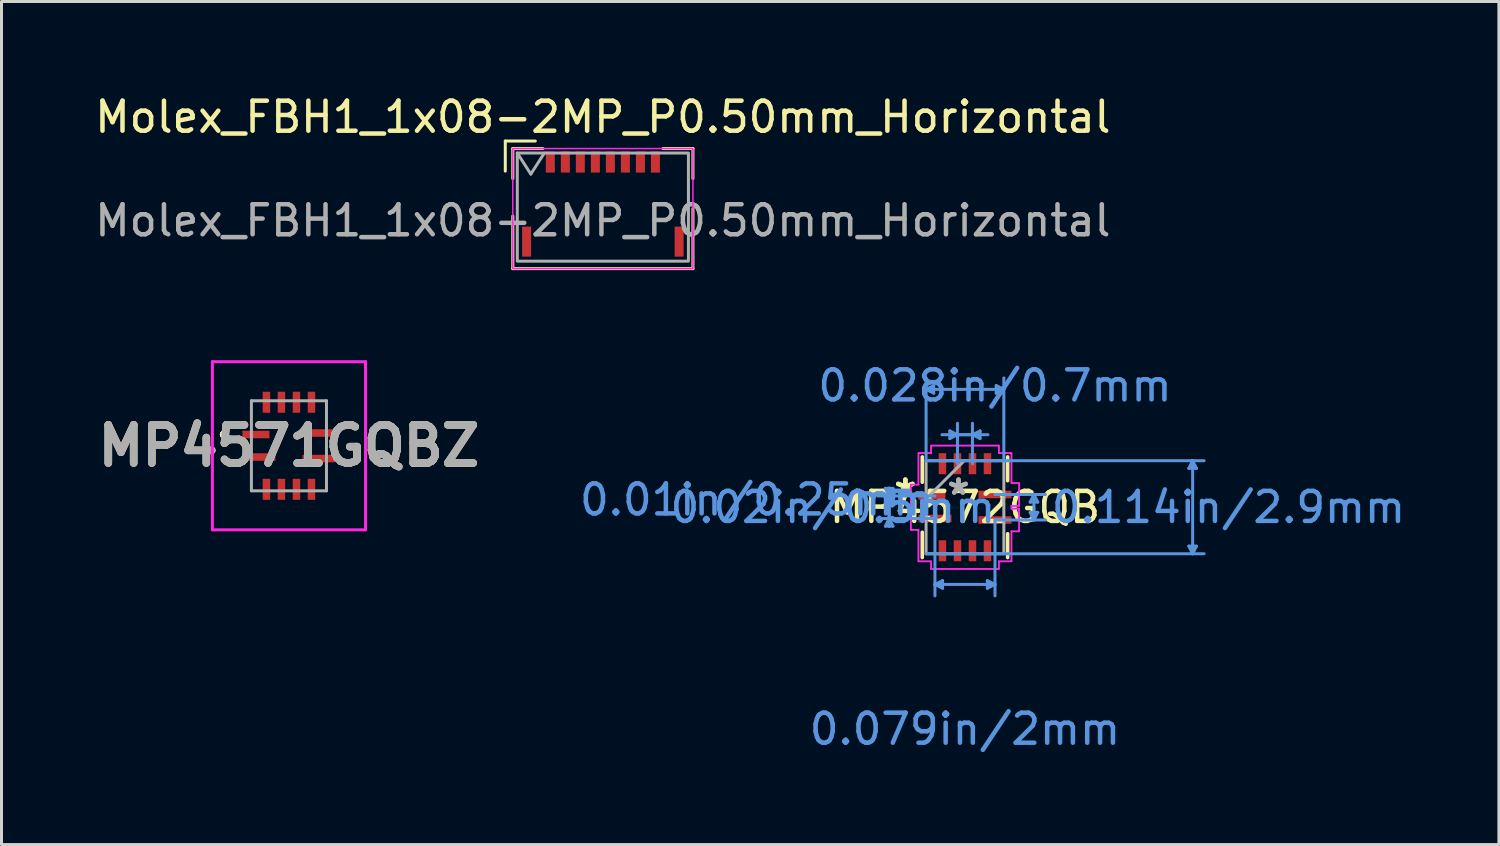
<source format=kicad_pcb>
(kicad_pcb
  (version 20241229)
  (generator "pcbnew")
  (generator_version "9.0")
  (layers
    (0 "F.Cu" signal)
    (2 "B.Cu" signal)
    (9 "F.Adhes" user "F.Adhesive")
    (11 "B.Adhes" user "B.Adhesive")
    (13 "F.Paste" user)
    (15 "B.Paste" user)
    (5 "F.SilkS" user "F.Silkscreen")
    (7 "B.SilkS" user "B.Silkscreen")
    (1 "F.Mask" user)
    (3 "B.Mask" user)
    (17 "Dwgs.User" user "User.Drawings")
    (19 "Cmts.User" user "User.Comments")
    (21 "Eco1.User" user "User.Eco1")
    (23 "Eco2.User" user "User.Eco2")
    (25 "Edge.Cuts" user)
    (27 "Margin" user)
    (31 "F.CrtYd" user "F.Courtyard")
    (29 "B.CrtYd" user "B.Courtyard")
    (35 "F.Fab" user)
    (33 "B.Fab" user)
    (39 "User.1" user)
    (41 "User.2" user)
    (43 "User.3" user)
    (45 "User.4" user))
  (footprint "MP4571GQBZ"
    (layer "F.Cu")
    (at 6.574 11.798)
    (property "Reference" "MP4571GQBZ" (at 0 0 0) (layer "F.SilkS") (effects (font (size 1.27 1.27) (thickness 0.254))))
    (attr smd)
    (fp_line (start -2.2 -0.375) (end -2.2 -0.375) (stroke (width 0.2) (type solid)) (layer "F.SilkS"))
    (fp_line (start -2.2 -0.375) (end -2.2 -0.375) (stroke (width 0.2) (type solid)) (layer "F.SilkS"))
    (fp_line (start -2.1 -0.375) (end -2.1 -0.375) (stroke (width 0.2) (type solid)) (layer "F.SilkS"))
    (fp_arc (start -2.2 -0.375) (mid -2.15 -0.425) (end -2.1 -0.375) (stroke (width 0.2) (type solid)) (layer "F.SilkS"))
    (fp_arc (start -2.1 -0.375) (mid -2.15 -0.325) (end -2.2 -0.375) (stroke (width 0.2) (type solid)) (layer "F.SilkS"))
    (fp_arc (start -2.1 -0.375) (mid -2.15 -0.325) (end -2.2 -0.375) (stroke (width 0.2) (type solid)) (layer "F.SilkS"))
    (fp_line (start -2.55 -2.8) (end 2.55 -2.8) (stroke (width 0.1) (type solid)) (layer "F.CrtYd"))
    (fp_line (start -2.55 2.8) (end -2.55 -2.8) (stroke (width 0.1) (type solid)) (layer "F.CrtYd"))
    (fp_line (start 2.55 -2.8) (end 2.55 2.8) (stroke (width 0.1) (type solid)) (layer "F.CrtYd"))
    (fp_line (start 2.55 2.8) (end -2.55 2.8) (stroke (width 0.1) (type solid)) (layer "F.CrtYd"))
    (fp_line (start -1.25 -1.5) (end -1.25 1.5) (stroke (width 0.1) (type solid)) (layer "F.Fab"))
    (fp_line (start -1.25 1.5) (end 1.25 1.5) (stroke (width 0.1) (type solid)) (layer "F.Fab"))
    (fp_line (start 1.25 -1.5) (end -1.25 -1.5) (stroke (width 0.1) (type solid)) (layer "F.Fab"))
    (fp_line (start 1.25 1.5) (end 1.25 -1.5) (stroke (width 0.1) (type solid)) (layer "F.Fab"))
    (fp_text user "${REFERENCE}" (at 0 0 0) (layer "F.Fab") (effects (font (size 1.27 1.27) (thickness 0.254))))
    (pad "1" smd rect (at -1.1 -0.375 90) (size 0.25 0.9) (layers "F.Cu" "F.Mask" "F.Paste"))
    (pad "2" smd rect (at -1 0.375 90) (size 0.25 1.1) (layers "F.Cu" "F.Mask" "F.Paste"))
    (pad "3" smd rect (at -0.75 1.45) (size 0.25 0.7) (layers "F.Cu" "F.Mask" "F.Paste"))
    (pad "4" smd rect (at -0.25 1.45) (size 0.25 0.7) (layers "F.Cu" "F.Mask" "F.Paste"))
    (pad "5" smd rect (at 0.25 1.45) (size 0.25 0.7) (layers "F.Cu" "F.Mask" "F.Paste"))
    (pad "6" smd rect (at 0.75 1.45) (size 0.25 0.7) (layers "F.Cu" "F.Mask" "F.Paste"))
    (pad "7" smd rect (at 1 0.425 90) (size 0.25 1.1) (layers "F.Cu" "F.Mask" "F.Paste"))
    (pad "8" smd rect (at 1 -0.425 90) (size 0.25 1.1) (layers "F.Cu" "F.Mask" "F.Paste"))
    (pad "9" smd rect (at 0.75 -1.45) (size 0.25 0.7) (layers "F.Cu" "F.Mask" "F.Paste"))
    (pad "10" smd rect (at 0.25 -1.45) (size 0.25 0.7) (layers "F.Cu" "F.Mask" "F.Paste"))
    (pad "11" smd rect (at -0.25 -1.45) (size 0.25 0.7) (layers "F.Cu" "F.Mask" "F.Paste"))
    (pad "12" smd rect (at -0.75 -1.45) (size 0.25 0.7) (layers "F.Cu" "F.Mask" "F.Paste")))
  (footprint "Molex_FBH1_1x08-2MP_P0.50mm_Horizontal"
    (layer "F.Cu")
    (at 17.03 5.648)
    (property "Reference" "Molex_FBH1_1x08-2MP_P0.50mm_Horizontal" (at 0 -4.8 0) (unlocked yes) (layer "F.SilkS") (effects (font (size 1 1) (thickness 0.15))))
    (attr smd)
    (fp_line (start -3.25 -4) (end -3.25 -3) (stroke (width 0.1) (type solid)) (layer "F.SilkS"))
    (fp_line (start -3 -3.75) (end -3 -2.75) (stroke (width 0.1) (type solid)) (layer "F.SilkS"))
    (fp_line (start -3 -3.75) (end -2 -3.75) (stroke (width 0.1) (type solid)) (layer "F.SilkS"))
    (fp_line (start -3 -1.5) (end -3 0.25) (stroke (width 0.1) (type solid)) (layer "F.SilkS"))
    (fp_line (start -3 0.25) (end 3 0.25) (stroke (width 0.1) (type solid)) (layer "F.SilkS"))
    (fp_line (start -2.25 -4) (end -3.25 -4) (stroke (width 0.1) (type solid)) (layer "F.SilkS"))
    (fp_line (start 2 -3.75) (end 3 -3.75) (stroke (width 0.1) (type solid)) (layer "F.SilkS"))
    (fp_line (start 3 -3.75) (end 3 -2.75) (stroke (width 0.1) (type solid)) (layer "F.SilkS"))
    (fp_line (start 3 0.25) (end 3 -1.75) (stroke (width 0.1) (type solid)) (layer "F.SilkS"))
    (fp_rect (start -3 -3.75) (end 3 0.25) (stroke (width 0.05) (type solid)) (fill no) (layer "F.CrtYd"))
    (fp_line (start -2.85 -3.6) (end -2.4 -2.9) (stroke (width 0.1) (type solid)) (layer "F.Fab"))
    (fp_line (start -2.4 -2.9) (end -1.95 -3.6) (stroke (width 0.1) (type solid)) (layer "F.Fab"))
    (fp_rect (start -2.85 0) (end 2.85 -3.6) (stroke (width 0.1) (type solid)) (fill no) (layer "F.Fab"))
    (fp_text user "${REFERENCE}" (at 0 -1.35 0) (layer "F.Fab") (effects (font (size 1 1) (thickness 0.15))))
    (pad "1" smd rect (at -1.75 -3.3) (size 0.3 0.7) (layers "F.Cu" "F.Mask" "F.Paste"))
    (pad "2" smd rect (at -1.25 -3.3) (size 0.3 0.7) (layers "F.Cu" "F.Mask" "F.Paste"))
    (pad "3" smd rect (at -0.75 -3.3) (size 0.3 0.7) (layers "F.Cu" "F.Mask" "F.Paste"))
    (pad "4" smd rect (at -0.25 -3.3) (size 0.3 0.7) (layers "F.Cu" "F.Mask" "F.Paste"))
    (pad "5" smd rect (at 0.25 -3.3) (size 0.3 0.7) (layers "F.Cu" "F.Mask" "F.Paste"))
    (pad "6" smd rect (at 0.75 -3.3) (size 0.3 0.7) (layers "F.Cu" "F.Mask" "F.Paste"))
    (pad "7" smd rect (at 1.25 -3.3) (size 0.3 0.7) (layers "F.Cu" "F.Mask" "F.Paste"))
    (pad "8" smd rect (at 1.75 -3.3) (size 0.3 0.7) (layers "F.Cu" "F.Mask" "F.Paste"))
    (pad "MP1" smd rect (at -2.54 -0.65) (size 0.3 1) (layers "F.Cu" "F.Mask" "F.Paste"))
    (pad "MP2" smd rect (at 2.54 -0.65) (size 0.3 1) (layers "F.Cu" "F.Mask" "F.Paste")))
  (footprint "MP4572GQB"
    (layer "F.Cu")
    (at 29.091 13.845)
    (property "Reference" "MP4572GQB" (at 0 0 0) (layer "F.SilkS") (effects (font (size 1 1) (thickness 0.15))))
    (attr through_hole)
    (fp_line (start -1.422 -0.833) (end -1.422 -1.676) (stroke (width 0.12) (type solid)) (layer "F.SilkS"))
    (fp_line (start -1.422 1.676) (end -1.422 0.833) (stroke (width 0.12) (type solid)) (layer "F.SilkS"))
    (fp_line (start 1.422 -1.676) (end 1.422 -0.883) (stroke (width 0.12) (type solid)) (layer "F.SilkS"))
    (fp_line (start 1.422 0.883) (end 1.422 1.676) (stroke (width 0.12) (type solid)) (layer "F.SilkS"))
    (fp_line (start -2.651 -0.629) (end -2.525 -0.375) (stroke (width 0.1) (type solid)) (layer "Cmts.User"))
    (fp_line (start -2.651 0.629) (end -2.525 0.375) (stroke (width 0.1) (type solid)) (layer "Cmts.User"))
    (fp_line (start -2.651 0.629) (end -2.398 0.629) (stroke (width 0.1) (type solid)) (layer "Cmts.User"))
    (fp_line (start -2.525 -0.641) (end -2.525 0.375) (stroke (width 0.1) (type solid)) (layer "Cmts.User"))
    (fp_line (start -2.525 0.641) (end -2.525 -0.375) (stroke (width 0.1) (type solid)) (layer "Cmts.User"))
    (fp_line (start -2.398 -0.629) (end -2.651 -0.629) (stroke (width 0.1) (type solid)) (layer "Cmts.User"))
    (fp_line (start -2.398 -0.629) (end -2.525 -0.375) (stroke (width 0.1) (type solid)) (layer "Cmts.User"))
    (fp_line (start -2.398 0.629) (end -2.525 0.375) (stroke (width 0.1) (type solid)) (layer "Cmts.User"))
    (fp_line (start -1.295 -3.926) (end 1.295 -3.926) (stroke (width 0.1) (type solid)) (layer "Cmts.User"))
    (fp_line (start -1.295 -1.549) (end -1.295 -4.307) (stroke (width 0.1) (type solid)) (layer "Cmts.User"))
    (fp_line (start -1.295 -1.549) (end 7.965 -1.549) (stroke (width 0.1) (type solid)) (layer "Cmts.User"))
    (fp_line (start -1.295 1.549) (end 7.965 1.549) (stroke (width 0.1) (type solid)) (layer "Cmts.User"))
    (fp_line (start -1.041 -4.053) (end -1.295 -3.926) (stroke (width 0.1) (type solid)) (layer "Cmts.User"))
    (fp_line (start -1.041 -3.799) (end -1.295 -3.926) (stroke (width 0.1) (type solid)) (layer "Cmts.User"))
    (fp_line (start -1.041 -3.799) (end -1.041 -4.053) (stroke (width 0.1) (type solid)) (layer "Cmts.User"))
    (fp_line (start -1 2.571) (end 1 2.571) (stroke (width 0.1) (type solid)) (layer "Cmts.User"))
    (fp_line (start -1 -0.375) (end -2.906 -0.375) (stroke (width 0.1) (type solid)) (layer "Cmts.User"))
    (fp_line (start -1 0.375) (end -2.906 0.375) (stroke (width 0.1) (type solid)) (layer "Cmts.User"))
    (fp_line (start -1 0.425) (end -1 2.952) (stroke (width 0.1) (type solid)) (layer "Cmts.User"))
    (fp_line (start -0.766 -2.416) (end 0.25 -2.416) (stroke (width 0.1) (type solid)) (layer "Cmts.User"))
    (fp_line (start -0.746 2.444) (end -1 2.571) (stroke (width 0.1) (type solid)) (layer "Cmts.User"))
    (fp_line (start -0.746 2.698) (end -1 2.571) (stroke (width 0.1) (type solid)) (layer "Cmts.User"))
    (fp_line (start -0.746 2.698) (end -0.746 2.444) (stroke (width 0.1) (type solid)) (layer "Cmts.User"))
    (fp_line (start -0.504 -2.542) (end -0.504 -2.289) (stroke (width 0.1) (type solid)) (layer "Cmts.User"))
    (fp_line (start -0.504 -2.542) (end -0.25 -2.416) (stroke (width 0.1) (type solid)) (layer "Cmts.User"))
    (fp_line (start -0.504 -2.289) (end -0.25 -2.416) (stroke (width 0.1) (type solid)) (layer "Cmts.User"))
    (fp_line (start -0.25 -1.45) (end -0.25 -2.797) (stroke (width 0.1) (type solid)) (layer "Cmts.User"))
    (fp_line (start 0.25 -1.45) (end 0.25 -2.797) (stroke (width 0.1) (type solid)) (layer "Cmts.User"))
    (fp_line (start 0.504 -2.542) (end 0.25 -2.416) (stroke (width 0.1) (type solid)) (layer "Cmts.User"))
    (fp_line (start 0.504 -2.289) (end 0.25 -2.416) (stroke (width 0.1) (type solid)) (layer "Cmts.User"))
    (fp_line (start 0.504 -2.289) (end 0.504 -2.542) (stroke (width 0.1) (type solid)) (layer "Cmts.User"))
    (fp_line (start 0.746 2.444) (end 0.746 2.698) (stroke (width 0.1) (type solid)) (layer "Cmts.User"))
    (fp_line (start 0.746 2.444) (end 1 2.571) (stroke (width 0.1) (type solid)) (layer "Cmts.User"))
    (fp_line (start 0.746 2.698) (end 1 2.571) (stroke (width 0.1) (type solid)) (layer "Cmts.User"))
    (fp_line (start 0.766 -2.416) (end -0.25 -2.416) (stroke (width 0.1) (type solid)) (layer "Cmts.User"))
    (fp_line (start 1 -0.425) (end 2.679 -0.425) (stroke (width 0.1) (type solid)) (layer "Cmts.User"))
    (fp_line (start 1 0.425) (end 1 2.952) (stroke (width 0.1) (type solid)) (layer "Cmts.User"))
    (fp_line (start 1 0.425) (end 2.679 0.425) (stroke (width 0.1) (type solid)) (layer "Cmts.User"))
    (fp_line (start 1.041 -3.799) (end 1.295 -3.926) (stroke (width 0.1) (type solid)) (layer "Cmts.User"))
    (fp_line (start 1.041 -4.053) (end 1.041 -3.799) (stroke (width 0.1) (type solid)) (layer "Cmts.User"))
    (fp_line (start 1.041 -4.053) (end 1.295 -3.926) (stroke (width 0.1) (type solid)) (layer "Cmts.User"))
    (fp_line (start 1.295 -1.549) (end 1.295 -4.307) (stroke (width 0.1) (type solid)) (layer "Cmts.User"))
    (fp_line (start 2.171 0.171) (end 2.298 0.425) (stroke (width 0.1) (type solid)) (layer "Cmts.User"))
    (fp_line (start 2.171 -0.171) (end 2.298 -0.425) (stroke (width 0.1) (type solid)) (layer "Cmts.User"))
    (fp_line (start 2.171 -0.171) (end 2.425 -0.171) (stroke (width 0.1) (type solid)) (layer "Cmts.User"))
    (fp_line (start 2.298 -0.425) (end 2.298 0.425) (stroke (width 0.1) (type solid)) (layer "Cmts.User"))
    (fp_line (start 2.425 0.171) (end 2.171 0.171) (stroke (width 0.1) (type solid)) (layer "Cmts.User"))
    (fp_line (start 2.425 0.171) (end 2.298 0.425) (stroke (width 0.1) (type solid)) (layer "Cmts.User"))
    (fp_line (start 2.425 -0.171) (end 2.298 -0.425) (stroke (width 0.1) (type solid)) (layer "Cmts.User"))
    (fp_line (start 7.457 -1.295) (end 7.584 -1.549) (stroke (width 0.1) (type solid)) (layer "Cmts.User"))
    (fp_line (start 7.457 -1.295) (end 7.711 -1.295) (stroke (width 0.1) (type solid)) (layer "Cmts.User"))
    (fp_line (start 7.457 1.295) (end 7.584 1.549) (stroke (width 0.1) (type solid)) (layer "Cmts.User"))
    (fp_line (start 7.584 -1.549) (end 7.584 1.549) (stroke (width 0.1) (type solid)) (layer "Cmts.User"))
    (fp_line (start 7.711 1.295) (end 7.457 1.295) (stroke (width 0.1) (type solid)) (layer "Cmts.User"))
    (fp_line (start 7.711 1.295) (end 7.584 1.549) (stroke (width 0.1) (type solid)) (layer "Cmts.User"))
    (fp_line (start 7.711 -1.295) (end 7.584 -1.549) (stroke (width 0.1) (type solid)) (layer "Cmts.User"))
    (fp_line (start -1.804 -0.754) (end -1.804 -0.004) (stroke (width 0.05) (type solid)) (layer "F.CrtYd"))
    (fp_line (start -1.804 -0.754) (end -1.804 -0.004) (stroke (width 0.05) (type solid)) (layer "F.CrtYd"))
    (fp_line (start -1.804 -0.004) (end -1.804 -0.004) (stroke (width 0.05) (type solid)) (layer "F.CrtYd"))
    (fp_line (start -1.804 -0.004) (end -1.804 -0.004) (stroke (width 0.05) (type solid)) (layer "F.CrtYd"))
    (fp_line (start -1.804 -0.004) (end -1.804 0.754) (stroke (width 0.05) (type solid)) (layer "F.CrtYd"))
    (fp_line (start -1.804 -0.004) (end -1.804 0.754) (stroke (width 0.05) (type solid)) (layer "F.CrtYd"))
    (fp_line (start -1.804 0.754) (end -1.549 0.754) (stroke (width 0.05) (type solid)) (layer "F.CrtYd"))
    (fp_line (start -1.804 0.754) (end -1.549 0.754) (stroke (width 0.05) (type solid)) (layer "F.CrtYd"))
    (fp_line (start -1.549 -1.803) (end -1.549 -0.754) (stroke (width 0.05) (type solid)) (layer "F.CrtYd"))
    (fp_line (start -1.549 -1.803) (end -1.549 -0.754) (stroke (width 0.05) (type solid)) (layer "F.CrtYd"))
    (fp_line (start -1.549 -0.754) (end -1.804 -0.754) (stroke (width 0.05) (type solid)) (layer "F.CrtYd"))
    (fp_line (start -1.549 -0.754) (end -1.804 -0.754) (stroke (width 0.05) (type solid)) (layer "F.CrtYd"))
    (fp_line (start -1.549 0.754) (end -1.549 1.803) (stroke (width 0.05) (type solid)) (layer "F.CrtYd"))
    (fp_line (start -1.549 0.754) (end -1.549 1.803) (stroke (width 0.05) (type solid)) (layer "F.CrtYd"))
    (fp_line (start -1.549 1.803) (end -1.129 1.803) (stroke (width 0.05) (type solid)) (layer "F.CrtYd"))
    (fp_line (start -1.549 1.803) (end -1.129 1.803) (stroke (width 0.05) (type solid)) (layer "F.CrtYd"))
    (fp_line (start -1.129 -2.054) (end -1.129 -1.803) (stroke (width 0.05) (type solid)) (layer "F.CrtYd"))
    (fp_line (start -1.129 -2.054) (end -1.129 -1.803) (stroke (width 0.05) (type solid)) (layer "F.CrtYd"))
    (fp_line (start -1.129 -1.803) (end -1.549 -1.803) (stroke (width 0.05) (type solid)) (layer "F.CrtYd"))
    (fp_line (start -1.129 -1.803) (end -1.549 -1.803) (stroke (width 0.05) (type solid)) (layer "F.CrtYd"))
    (fp_line (start -1.129 1.803) (end -1.129 2.054) (stroke (width 0.05) (type solid)) (layer "F.CrtYd"))
    (fp_line (start -1.129 1.803) (end -1.129 2.054) (stroke (width 0.05) (type solid)) (layer "F.CrtYd"))
    (fp_line (start -1.129 2.054) (end 1.129 2.054) (stroke (width 0.05) (type solid)) (layer "F.CrtYd"))
    (fp_line (start -1.129 2.054) (end 1.129 2.054) (stroke (width 0.05) (type solid)) (layer "F.CrtYd"))
    (fp_line (start 1.129 -2.054) (end -1.129 -2.054) (stroke (width 0.05) (type solid)) (layer "F.CrtYd"))
    (fp_line (start 1.129 -2.054) (end -1.129 -2.054) (stroke (width 0.05) (type solid)) (layer "F.CrtYd"))
    (fp_line (start 1.129 -1.803) (end 1.129 -2.054) (stroke (width 0.05) (type solid)) (layer "F.CrtYd"))
    (fp_line (start 1.129 -1.803) (end 1.129 -2.054) (stroke (width 0.05) (type solid)) (layer "F.CrtYd"))
    (fp_line (start 1.129 1.803) (end 1.549 1.803) (stroke (width 0.05) (type solid)) (layer "F.CrtYd"))
    (fp_line (start 1.129 1.803) (end 1.549 1.803) (stroke (width 0.05) (type solid)) (layer "F.CrtYd"))
    (fp_line (start 1.129 2.054) (end 1.129 1.803) (stroke (width 0.05) (type solid)) (layer "F.CrtYd"))
    (fp_line (start 1.129 2.054) (end 1.129 1.803) (stroke (width 0.05) (type solid)) (layer "F.CrtYd"))
    (fp_line (start 1.549 -1.803) (end 1.129 -1.803) (stroke (width 0.05) (type solid)) (layer "F.CrtYd"))
    (fp_line (start 1.549 -1.803) (end 1.129 -1.803) (stroke (width 0.05) (type solid)) (layer "F.CrtYd"))
    (fp_line (start 1.549 -0.804) (end 1.549 -1.803) (stroke (width 0.05) (type solid)) (layer "F.CrtYd"))
    (fp_line (start 1.549 -0.804) (end 1.549 -1.803) (stroke (width 0.05) (type solid)) (layer "F.CrtYd"))
    (fp_line (start 1.549 -0.046) (end 1.804 -0.046) (stroke (width 0.05) (type solid)) (layer "F.CrtYd"))
    (fp_line (start 1.549 -0.046) (end 1.804 -0.046) (stroke (width 0.05) (type solid)) (layer "F.CrtYd"))
    (fp_line (start 1.549 0.046) (end 1.549 -0.046) (stroke (width 0.05) (type solid)) (layer "F.CrtYd"))
    (fp_line (start 1.549 0.046) (end 1.549 -0.046) (stroke (width 0.05) (type solid)) (layer "F.CrtYd"))
    (fp_line (start 1.549 0.804) (end 1.804 0.804) (stroke (width 0.05) (type solid)) (layer "F.CrtYd"))
    (fp_line (start 1.549 0.804) (end 1.804 0.804) (stroke (width 0.05) (type solid)) (layer "F.CrtYd"))
    (fp_line (start 1.549 1.803) (end 1.549 0.804) (stroke (width 0.05) (type solid)) (layer "F.CrtYd"))
    (fp_line (start 1.549 1.803) (end 1.549 0.804) (stroke (width 0.05) (type solid)) (layer "F.CrtYd"))
    (fp_line (start 1.804 -0.804) (end 1.549 -0.804) (stroke (width 0.05) (type solid)) (layer "F.CrtYd"))
    (fp_line (start 1.804 -0.804) (end 1.549 -0.804) (stroke (width 0.05) (type solid)) (layer "F.CrtYd"))
    (fp_line (start 1.804 -0.046) (end 1.804 -0.804) (stroke (width 0.05) (type solid)) (layer "F.CrtYd"))
    (fp_line (start 1.804 -0.046) (end 1.804 -0.804) (stroke (width 0.05) (type solid)) (layer "F.CrtYd"))
    (fp_line (start 1.804 0.046) (end 1.549 0.046) (stroke (width 0.05) (type solid)) (layer "F.CrtYd"))
    (fp_line (start 1.804 0.046) (end 1.549 0.046) (stroke (width 0.05) (type solid)) (layer "F.CrtYd"))
    (fp_line (start 1.804 0.804) (end 1.804 0.046) (stroke (width 0.05) (type solid)) (layer "F.CrtYd"))
    (fp_line (start 1.804 0.804) (end 1.804 0.046) (stroke (width 0.05) (type solid)) (layer "F.CrtYd"))
    (fp_line (start -1.295 -1.549) (end -1.295 1.549) (stroke (width 0.1) (type solid)) (layer "F.Fab"))
    (fp_line (start -1.295 -0.279) (end -0.025 -1.549) (stroke (width 0.1) (type solid)) (layer "F.Fab"))
    (fp_line (start -1.295 1.549) (end 1.295 1.549) (stroke (width 0.1) (type solid)) (layer "F.Fab"))
    (fp_line (start 1.295 -1.549) (end -1.295 -1.549) (stroke (width 0.1) (type solid)) (layer "F.Fab"))
    (fp_line (start 1.295 1.549) (end 1.295 -1.549) (stroke (width 0.1) (type solid)) (layer "F.Fab"))
    (fp_text user "*" (at -1.985 -0.375 0) (layer "F.SilkS") (effects (font (size 1 1) (thickness 0.15))))
    (fp_text user "*" (at -1.985 -0.375 0) (layer "F.SilkS") (effects (font (size 1 1) (thickness 0.15))))
    (fp_text user "0.079in/2mm" (at 0 7.388 0) (layer "Cmts.User") (effects (font (size 1 1) (thickness 0.15))))
    (fp_text user "0.01in/0.25mm" (at -6.938 -0.25 0) (layer "Cmts.User") (effects (font (size 1 1) (thickness 0.15))))
    (fp_text user "0.114in/2.9mm" (at 8.778 0 0) (layer "Cmts.User") (effects (font (size 1 1) (thickness 0.15))))
    (fp_text user "0.028in/0.7mm" (at 1 -4.048 0) (layer "Cmts.User") (effects (font (size 1 1) (thickness 0.15))))
    (fp_text user "0.02in/0.5mm" (at -4.398 0 0) (layer "Cmts.User") (effects (font (size 1 1) (thickness 0.15))))
    (fp_text user "Copyright 2021 Accelerated Designs. All rights reserved." (at 0 0 0) (layer "Cmts.User") (effects (font (size 0.127 0.127) (thickness 0.002))))
    (fp_text user "*" (at -0.215 -0.375 0) (layer "F.Fab") (effects (font (size 1 1) (thickness 0.15))))
    (fp_text user "*" (at -0.215 -0.375 0) (layer "F.Fab") (effects (font (size 1 1) (thickness 0.15))))
    (pad "1" smd rect (at -1.1 -0.375) (size 0.9 0.25) (layers "F.Cu" "F.Mask" "F.Paste"))
    (pad "2" smd rect (at -1 0.375) (size 1.1 0.25) (layers "F.Cu" "F.Mask" "F.Paste"))
    (pad "3" smd rect (at -0.75 1.45 90) (size 0.7 0.25) (layers "F.Cu" "F.Mask" "F.Paste"))
    (pad "4" smd rect (at -0.25 1.45 90) (size 0.7 0.25) (layers "F.Cu" "F.Mask" "F.Paste"))
    (pad "5" smd rect (at 0.25 1.45 90) (size 0.7 0.25) (layers "F.Cu" "F.Mask" "F.Paste"))
    (pad "6" smd rect (at 0.75 1.45 90) (size 0.7 0.25) (layers "F.Cu" "F.Mask" "F.Paste"))
    (pad "7" smd rect (at 1 0.425) (size 1.1 0.25) (layers "F.Cu" "F.Mask" "F.Paste"))
    (pad "8" smd rect (at 1 -0.425) (size 1.1 0.25) (layers "F.Cu" "F.Mask" "F.Paste"))
    (pad "9" smd rect (at 0.75 -1.45 90) (size 0.7 0.25) (layers "F.Cu" "F.Mask" "F.Paste"))
    (pad "10" smd rect (at 0.25 -1.45 90) (size 0.7 0.25) (layers "F.Cu" "F.Mask" "F.Paste"))
    (pad "11" smd rect (at -0.25 -1.45 90) (size 0.7 0.25) (layers "F.Cu" "F.Mask" "F.Paste"))
    (pad "12" smd rect (at -0.75 -1.45 90) (size 0.7 0.25) (layers "F.Cu" "F.Mask" "F.Paste")))
  (gr_rect
    (start -3 -3)
    (end 46.875 25.081)
    (stroke (width 0.1) (type default))
    (fill no)
    (layer "Edge.Cuts")))
</source>
